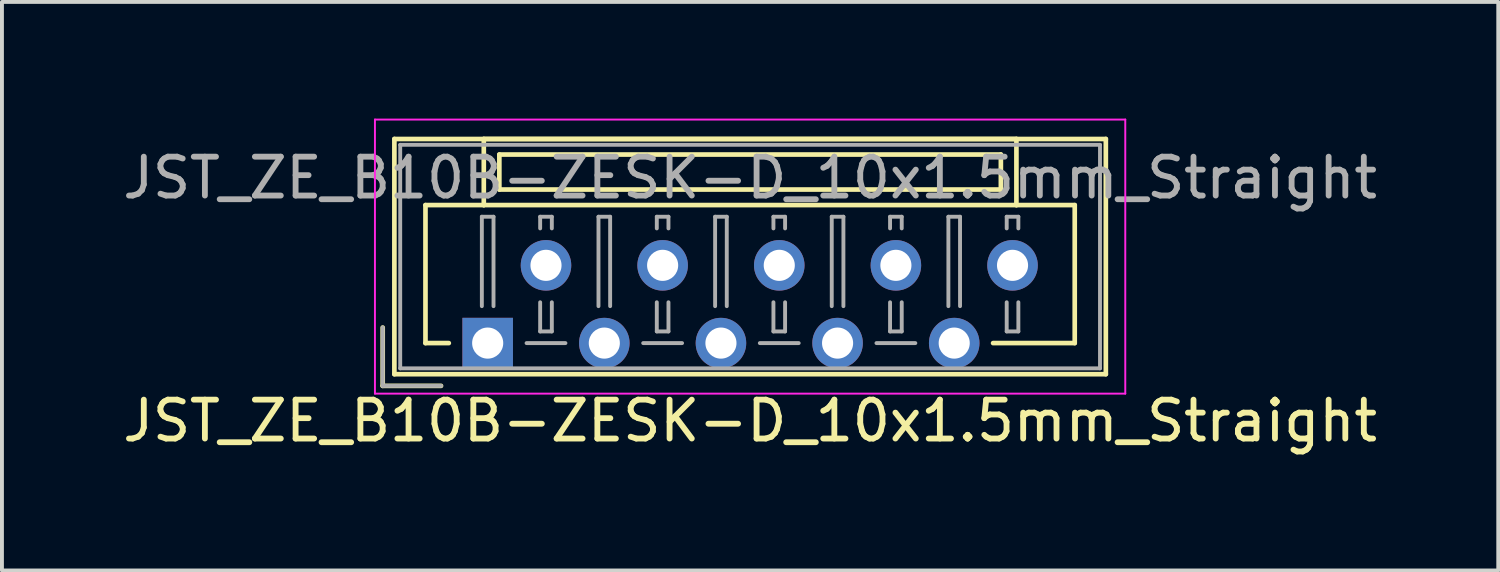
<source format=kicad_pcb>
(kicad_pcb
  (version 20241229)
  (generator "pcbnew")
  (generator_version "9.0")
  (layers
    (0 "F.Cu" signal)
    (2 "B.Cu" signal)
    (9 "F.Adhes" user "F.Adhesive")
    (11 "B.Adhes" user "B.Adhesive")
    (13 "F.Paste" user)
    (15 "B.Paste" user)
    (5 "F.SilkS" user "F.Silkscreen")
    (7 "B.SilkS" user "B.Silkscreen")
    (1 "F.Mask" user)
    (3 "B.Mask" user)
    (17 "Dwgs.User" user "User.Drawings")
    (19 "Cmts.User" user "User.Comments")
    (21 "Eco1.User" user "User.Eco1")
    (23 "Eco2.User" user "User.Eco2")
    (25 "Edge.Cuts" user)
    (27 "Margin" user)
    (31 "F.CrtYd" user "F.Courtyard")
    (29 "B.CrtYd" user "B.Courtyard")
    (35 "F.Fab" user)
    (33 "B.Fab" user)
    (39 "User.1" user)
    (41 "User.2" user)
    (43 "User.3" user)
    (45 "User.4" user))
  (footprint "JST_ZE_B10B-ZESK-D_10x1.5mm_Straight"
    (layer "F.Cu")
    (at 9.494 5.775)
    (property "Reference" "JST_ZE_B10B-ZESK-D_10x1.5mm_Straight" (at 6.75 2 0) (layer "F.SilkS") (effects (font (size 1 1) (thickness 0.15))))
    (attr through_hole)
    (fp_line (start -2.7 -0.4) (end -2.7 1.1) (stroke (width 0.12) (type solid)) (layer "F.SilkS"))
    (fp_line (start -2.7 1.1) (end -1.2 1.1) (stroke (width 0.12) (type solid)) (layer "F.SilkS"))
    (fp_line (start -2.4 -5.25) (end -2.4 0.8) (stroke (width 0.12) (type solid)) (layer "F.SilkS"))
    (fp_line (start -2.4 0.8) (end 15.9 0.8) (stroke (width 0.12) (type solid)) (layer "F.SilkS"))
    (fp_line (start -1.6 -3.55) (end -1.6 0) (stroke (width 0.12) (type solid)) (layer "F.SilkS"))
    (fp_line (start -1.6 0) (end -1 0) (stroke (width 0.12) (type solid)) (layer "F.SilkS"))
    (fp_line (start -0.1 -5.25) (end -0.1 -3.55) (stroke (width 0.12) (type solid)) (layer "F.SilkS"))
    (fp_line (start -0.1 -3.55) (end -1.6 -3.55) (stroke (width 0.12) (type solid)) (layer "F.SilkS"))
    (fp_line (start -0.1 -3.55) (end 13.6 -3.55) (stroke (width 0.12) (type solid)) (layer "F.SilkS"))
    (fp_line (start 0.3 -4.85) (end 0.3 -3.95) (stroke (width 0.12) (type solid)) (layer "F.SilkS"))
    (fp_line (start 0.3 -3.95) (end 13.2 -3.95) (stroke (width 0.12) (type solid)) (layer "F.SilkS"))
    (fp_line (start 13.2 -4.85) (end 0.3 -4.85) (stroke (width 0.12) (type solid)) (layer "F.SilkS"))
    (fp_line (start 13.2 -3.95) (end 13.2 -4.85) (stroke (width 0.12) (type solid)) (layer "F.SilkS"))
    (fp_line (start 13.6 -5.25) (end -0.1 -5.25) (stroke (width 0.12) (type solid)) (layer "F.SilkS"))
    (fp_line (start 13.6 -3.55) (end 13.6 -5.25) (stroke (width 0.12) (type solid)) (layer "F.SilkS"))
    (fp_line (start 13.6 -3.55) (end 15.1 -3.55) (stroke (width 0.12) (type solid)) (layer "F.SilkS"))
    (fp_line (start 15.1 -3.55) (end 15.1 0) (stroke (width 0.12) (type solid)) (layer "F.SilkS"))
    (fp_line (start 15.1 0) (end 13 0) (stroke (width 0.12) (type solid)) (layer "F.SilkS"))
    (fp_line (start 15.9 -5.25) (end -2.4 -5.25) (stroke (width 0.12) (type solid)) (layer "F.SilkS"))
    (fp_line (start 15.9 0.8) (end 15.9 -5.25) (stroke (width 0.12) (type solid)) (layer "F.SilkS"))
    (fp_line (start -2.9 -5.75) (end -2.9 1.3) (stroke (width 0.05) (type solid)) (layer "F.CrtYd"))
    (fp_line (start -2.9 1.3) (end 16.4 1.3) (stroke (width 0.05) (type solid)) (layer "F.CrtYd"))
    (fp_line (start 16.4 -5.75) (end -2.9 -5.75) (stroke (width 0.05) (type solid)) (layer "F.CrtYd"))
    (fp_line (start 16.4 1.3) (end 16.4 -5.75) (stroke (width 0.05) (type solid)) (layer "F.CrtYd"))
    (fp_line (start -2.7 -0.4) (end -2.7 1.1) (stroke (width 0.1) (type solid)) (layer "F.Fab"))
    (fp_line (start -2.7 1.1) (end -1.2 1.1) (stroke (width 0.1) (type solid)) (layer "F.Fab"))
    (fp_line (start -2.25 -5.1) (end -2.25 0.65) (stroke (width 0.1) (type solid)) (layer "F.Fab"))
    (fp_line (start -2.25 0.65) (end 15.75 0.65) (stroke (width 0.1) (type solid)) (layer "F.Fab"))
    (fp_line (start -0.15 -3.25) (end 0.15 -3.25) (stroke (width 0.1) (type solid)) (layer "F.Fab"))
    (fp_line (start -0.15 -0.95) (end -0.15 -3.25) (stroke (width 0.1) (type solid)) (layer "F.Fab"))
    (fp_line (start 0.15 -3.25) (end 0.15 -0.95) (stroke (width 0.1) (type solid)) (layer "F.Fab"))
    (fp_line (start 1 0) (end 2 0) (stroke (width 0.1) (type solid)) (layer "F.Fab"))
    (fp_line (start 1.35 -3.25) (end 1.65 -3.25) (stroke (width 0.1) (type solid)) (layer "F.Fab"))
    (fp_line (start 1.35 -2.95) (end 1.35 -3.25) (stroke (width 0.1) (type solid)) (layer "F.Fab"))
    (fp_line (start 1.35 -1.05) (end 1.35 -0.3) (stroke (width 0.1) (type solid)) (layer "F.Fab"))
    (fp_line (start 1.35 -0.3) (end 1.65 -0.3) (stroke (width 0.1) (type solid)) (layer "F.Fab"))
    (fp_line (start 1.65 -3.25) (end 1.65 -2.95) (stroke (width 0.1) (type solid)) (layer "F.Fab"))
    (fp_line (start 1.65 -0.3) (end 1.65 -1.05) (stroke (width 0.1) (type solid)) (layer "F.Fab"))
    (fp_line (start 2.85 -3.25) (end 3.15 -3.25) (stroke (width 0.1) (type solid)) (layer "F.Fab"))
    (fp_line (start 2.85 -0.95) (end 2.85 -3.25) (stroke (width 0.1) (type solid)) (layer "F.Fab"))
    (fp_line (start 3.15 -3.25) (end 3.15 -0.95) (stroke (width 0.1) (type solid)) (layer "F.Fab"))
    (fp_line (start 4 0) (end 5 0) (stroke (width 0.1) (type solid)) (layer "F.Fab"))
    (fp_line (start 4.35 -3.25) (end 4.65 -3.25) (stroke (width 0.1) (type solid)) (layer "F.Fab"))
    (fp_line (start 4.35 -2.95) (end 4.35 -3.25) (stroke (width 0.1) (type solid)) (layer "F.Fab"))
    (fp_line (start 4.35 -1.05) (end 4.35 -0.3) (stroke (width 0.1) (type solid)) (layer "F.Fab"))
    (fp_line (start 4.35 -0.3) (end 4.65 -0.3) (stroke (width 0.1) (type solid)) (layer "F.Fab"))
    (fp_line (start 4.65 -3.25) (end 4.65 -2.95) (stroke (width 0.1) (type solid)) (layer "F.Fab"))
    (fp_line (start 4.65 -0.3) (end 4.65 -1.05) (stroke (width 0.1) (type solid)) (layer "F.Fab"))
    (fp_line (start 5.85 -3.25) (end 6.15 -3.25) (stroke (width 0.1) (type solid)) (layer "F.Fab"))
    (fp_line (start 5.85 -0.95) (end 5.85 -3.25) (stroke (width 0.1) (type solid)) (layer "F.Fab"))
    (fp_line (start 6.15 -3.25) (end 6.15 -0.95) (stroke (width 0.1) (type solid)) (layer "F.Fab"))
    (fp_line (start 7 0) (end 8 0) (stroke (width 0.1) (type solid)) (layer "F.Fab"))
    (fp_line (start 7.35 -3.25) (end 7.65 -3.25) (stroke (width 0.1) (type solid)) (layer "F.Fab"))
    (fp_line (start 7.35 -2.95) (end 7.35 -3.25) (stroke (width 0.1) (type solid)) (layer "F.Fab"))
    (fp_line (start 7.35 -1.05) (end 7.35 -0.3) (stroke (width 0.1) (type solid)) (layer "F.Fab"))
    (fp_line (start 7.35 -0.3) (end 7.65 -0.3) (stroke (width 0.1) (type solid)) (layer "F.Fab"))
    (fp_line (start 7.65 -3.25) (end 7.65 -2.95) (stroke (width 0.1) (type solid)) (layer "F.Fab"))
    (fp_line (start 7.65 -0.3) (end 7.65 -1.05) (stroke (width 0.1) (type solid)) (layer "F.Fab"))
    (fp_line (start 8.85 -3.25) (end 9.15 -3.25) (stroke (width 0.1) (type solid)) (layer "F.Fab"))
    (fp_line (start 8.85 -0.95) (end 8.85 -3.25) (stroke (width 0.1) (type solid)) (layer "F.Fab"))
    (fp_line (start 9.15 -3.25) (end 9.15 -0.95) (stroke (width 0.1) (type solid)) (layer "F.Fab"))
    (fp_line (start 10 0) (end 11 0) (stroke (width 0.1) (type solid)) (layer "F.Fab"))
    (fp_line (start 10.35 -3.25) (end 10.65 -3.25) (stroke (width 0.1) (type solid)) (layer "F.Fab"))
    (fp_line (start 10.35 -2.95) (end 10.35 -3.25) (stroke (width 0.1) (type solid)) (layer "F.Fab"))
    (fp_line (start 10.35 -1.05) (end 10.35 -0.3) (stroke (width 0.1) (type solid)) (layer "F.Fab"))
    (fp_line (start 10.35 -0.3) (end 10.65 -0.3) (stroke (width 0.1) (type solid)) (layer "F.Fab"))
    (fp_line (start 10.65 -3.25) (end 10.65 -2.95) (stroke (width 0.1) (type solid)) (layer "F.Fab"))
    (fp_line (start 10.65 -0.3) (end 10.65 -1.05) (stroke (width 0.1) (type solid)) (layer "F.Fab"))
    (fp_line (start 11.85 -3.25) (end 12.15 -3.25) (stroke (width 0.1) (type solid)) (layer "F.Fab"))
    (fp_line (start 11.85 -0.95) (end 11.85 -3.25) (stroke (width 0.1) (type solid)) (layer "F.Fab"))
    (fp_line (start 12.15 -3.25) (end 12.15 -0.95) (stroke (width 0.1) (type solid)) (layer "F.Fab"))
    (fp_line (start 13.35 -3.25) (end 13.65 -3.25) (stroke (width 0.1) (type solid)) (layer "F.Fab"))
    (fp_line (start 13.35 -2.95) (end 13.35 -3.25) (stroke (width 0.1) (type solid)) (layer "F.Fab"))
    (fp_line (start 13.35 -1.05) (end 13.35 -0.3) (stroke (width 0.1) (type solid)) (layer "F.Fab"))
    (fp_line (start 13.35 -0.3) (end 13.65 -0.3) (stroke (width 0.1) (type solid)) (layer "F.Fab"))
    (fp_line (start 13.65 -3.25) (end 13.65 -2.95) (stroke (width 0.1) (type solid)) (layer "F.Fab"))
    (fp_line (start 13.65 -0.3) (end 13.65 -1.05) (stroke (width 0.1) (type solid)) (layer "F.Fab"))
    (fp_line (start 15.75 -5.1) (end -2.25 -5.1) (stroke (width 0.1) (type solid)) (layer "F.Fab"))
    (fp_line (start 15.75 0.65) (end 15.75 -5.1) (stroke (width 0.1) (type solid)) (layer "F.Fab"))
    (fp_text user "${REFERENCE}" (at 6.75 -4.25 0) (layer "F.Fab") (effects (font (size 1 1) (thickness 0.15))))
    (pad "1" thru_hole rect (at 0 0) (size 1.3 1.3) (drill 0.8) (layers "*.Cu" "*.Mask"))
    (pad "2" thru_hole circle (at 1.5 -2) (size 1.3 1.3) (drill 0.8) (layers "*.Cu" "*.Mask"))
    (pad "3" thru_hole circle (at 3 0) (size 1.3 1.3) (drill 0.8) (layers "*.Cu" "*.Mask"))
    (pad "4" thru_hole circle (at 4.5 -2) (size 1.3 1.3) (drill 0.8) (layers "*.Cu" "*.Mask"))
    (pad "5" thru_hole circle (at 6 0) (size 1.3 1.3) (drill 0.8) (layers "*.Cu" "*.Mask"))
    (pad "6" thru_hole circle (at 7.5 -2) (size 1.3 1.3) (drill 0.8) (layers "*.Cu" "*.Mask"))
    (pad "7" thru_hole circle (at 9 0) (size 1.3 1.3) (drill 0.8) (layers "*.Cu" "*.Mask"))
    (pad "8" thru_hole circle (at 10.5 -2) (size 1.3 1.3) (drill 0.8) (layers "*.Cu" "*.Mask"))
    (pad "9" thru_hole circle (at 12 0) (size 1.3 1.3) (drill 0.8) (layers "*.Cu" "*.Mask"))
    (pad "10" thru_hole circle (at 13.5 -2) (size 1.3 1.3) (drill 0.8) (layers "*.Cu" "*.Mask")))
  (gr_rect
    (start -3 -3)
    (end 35.488 11.623)
    (stroke (width 0.1) (type default))
    (fill no)
    (layer "Edge.Cuts")))
</source>
